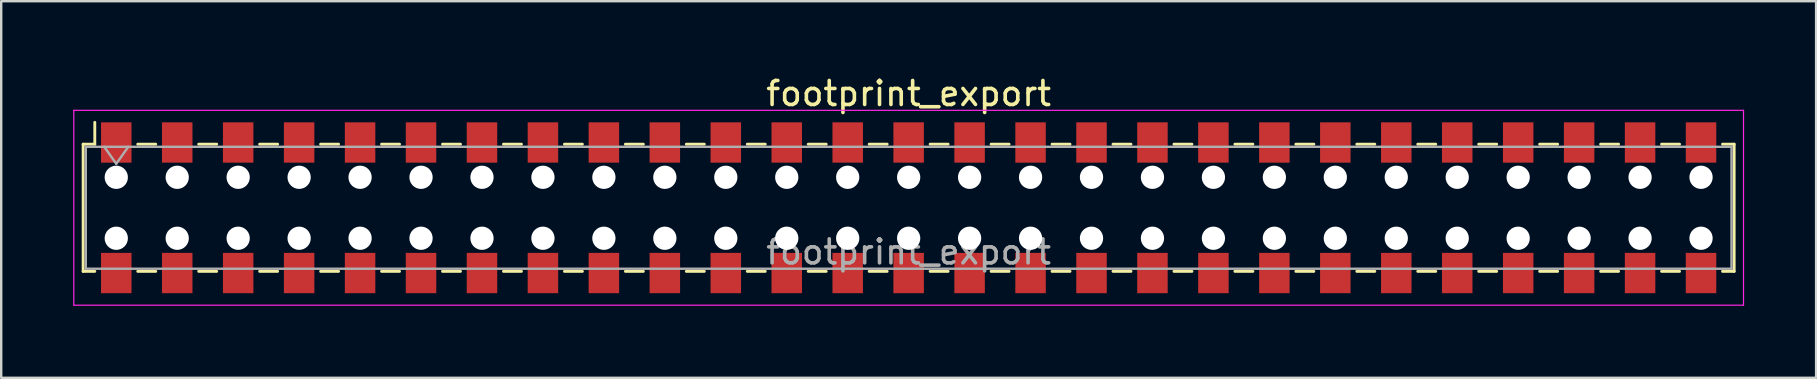
<source format=kicad_pcb>
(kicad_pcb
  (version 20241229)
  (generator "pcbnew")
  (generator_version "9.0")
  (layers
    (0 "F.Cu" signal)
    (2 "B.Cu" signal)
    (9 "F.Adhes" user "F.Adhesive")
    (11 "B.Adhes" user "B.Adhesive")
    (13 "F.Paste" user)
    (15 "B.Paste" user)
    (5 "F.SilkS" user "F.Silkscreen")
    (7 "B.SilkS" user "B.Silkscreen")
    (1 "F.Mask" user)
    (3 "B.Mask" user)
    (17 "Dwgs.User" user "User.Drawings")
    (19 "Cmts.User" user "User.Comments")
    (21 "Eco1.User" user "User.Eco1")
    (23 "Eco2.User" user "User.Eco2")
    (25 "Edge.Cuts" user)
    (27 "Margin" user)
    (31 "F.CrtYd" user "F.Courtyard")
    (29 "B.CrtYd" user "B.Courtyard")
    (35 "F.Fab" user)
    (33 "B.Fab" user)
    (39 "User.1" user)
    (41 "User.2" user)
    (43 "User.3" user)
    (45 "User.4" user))
  (footprint "footprint_export"
    (layer "F.Cu")
    (at 34.815 5.608)
    (property "Reference" "footprint_export" (at 0 -4.76 0) (layer "F.SilkS") (effects (font (size 1 1) (thickness 0.15))))
    (attr smd)
    (fp_line (start -34.4 -2.65) (end -34.4 2.65) (stroke (width 0.12) (type solid)) (layer "F.SilkS"))
    (fp_line (start -34.4 2.65) (end -33.915 2.65) (stroke (width 0.12) (type solid)) (layer "F.SilkS"))
    (fp_line (start -33.915 -3.56) (end -33.915 -2.65) (stroke (width 0.12) (type solid)) (layer "F.SilkS"))
    (fp_line (start -33.915 -2.65) (end -34.4 -2.65) (stroke (width 0.12) (type solid)) (layer "F.SilkS"))
    (fp_line (start -32.125 -2.65) (end -31.375 -2.65) (stroke (width 0.12) (type solid)) (layer "F.SilkS"))
    (fp_line (start -32.125 2.65) (end -31.375 2.65) (stroke (width 0.12) (type solid)) (layer "F.SilkS"))
    (fp_line (start -29.585 -2.65) (end -28.835 -2.65) (stroke (width 0.12) (type solid)) (layer "F.SilkS"))
    (fp_line (start -29.585 2.65) (end -28.835 2.65) (stroke (width 0.12) (type solid)) (layer "F.SilkS"))
    (fp_line (start -27.045 -2.65) (end -26.295 -2.65) (stroke (width 0.12) (type solid)) (layer "F.SilkS"))
    (fp_line (start -27.045 2.65) (end -26.295 2.65) (stroke (width 0.12) (type solid)) (layer "F.SilkS"))
    (fp_line (start -24.505 -2.65) (end -23.755 -2.65) (stroke (width 0.12) (type solid)) (layer "F.SilkS"))
    (fp_line (start -24.505 2.65) (end -23.755 2.65) (stroke (width 0.12) (type solid)) (layer "F.SilkS"))
    (fp_line (start -21.965 -2.65) (end -21.215 -2.65) (stroke (width 0.12) (type solid)) (layer "F.SilkS"))
    (fp_line (start -21.965 2.65) (end -21.215 2.65) (stroke (width 0.12) (type solid)) (layer "F.SilkS"))
    (fp_line (start -19.425 -2.65) (end -18.675 -2.65) (stroke (width 0.12) (type solid)) (layer "F.SilkS"))
    (fp_line (start -19.425 2.65) (end -18.675 2.65) (stroke (width 0.12) (type solid)) (layer "F.SilkS"))
    (fp_line (start -16.885 -2.65) (end -16.135 -2.65) (stroke (width 0.12) (type solid)) (layer "F.SilkS"))
    (fp_line (start -16.885 2.65) (end -16.135 2.65) (stroke (width 0.12) (type solid)) (layer "F.SilkS"))
    (fp_line (start -14.345 -2.65) (end -13.595 -2.65) (stroke (width 0.12) (type solid)) (layer "F.SilkS"))
    (fp_line (start -14.345 2.65) (end -13.595 2.65) (stroke (width 0.12) (type solid)) (layer "F.SilkS"))
    (fp_line (start -11.805 -2.65) (end -11.055 -2.65) (stroke (width 0.12) (type solid)) (layer "F.SilkS"))
    (fp_line (start -11.805 2.65) (end -11.055 2.65) (stroke (width 0.12) (type solid)) (layer "F.SilkS"))
    (fp_line (start -9.265 -2.65) (end -8.515 -2.65) (stroke (width 0.12) (type solid)) (layer "F.SilkS"))
    (fp_line (start -9.265 2.65) (end -8.515 2.65) (stroke (width 0.12) (type solid)) (layer "F.SilkS"))
    (fp_line (start -6.725 -2.65) (end -5.975 -2.65) (stroke (width 0.12) (type solid)) (layer "F.SilkS"))
    (fp_line (start -6.725 2.65) (end -5.975 2.65) (stroke (width 0.12) (type solid)) (layer "F.SilkS"))
    (fp_line (start -4.185 -2.65) (end -3.435 -2.65) (stroke (width 0.12) (type solid)) (layer "F.SilkS"))
    (fp_line (start -4.185 2.65) (end -3.435 2.65) (stroke (width 0.12) (type solid)) (layer "F.SilkS"))
    (fp_line (start -1.645 -2.65) (end -0.895 -2.65) (stroke (width 0.12) (type solid)) (layer "F.SilkS"))
    (fp_line (start -1.645 2.65) (end -0.895 2.65) (stroke (width 0.12) (type solid)) (layer "F.SilkS"))
    (fp_line (start 0.895 -2.65) (end 1.645 -2.65) (stroke (width 0.12) (type solid)) (layer "F.SilkS"))
    (fp_line (start 0.895 2.65) (end 1.645 2.65) (stroke (width 0.12) (type solid)) (layer "F.SilkS"))
    (fp_line (start 3.435 -2.65) (end 4.185 -2.65) (stroke (width 0.12) (type solid)) (layer "F.SilkS"))
    (fp_line (start 3.435 2.65) (end 4.185 2.65) (stroke (width 0.12) (type solid)) (layer "F.SilkS"))
    (fp_line (start 5.975 -2.65) (end 6.725 -2.65) (stroke (width 0.12) (type solid)) (layer "F.SilkS"))
    (fp_line (start 5.975 2.65) (end 6.725 2.65) (stroke (width 0.12) (type solid)) (layer "F.SilkS"))
    (fp_line (start 8.515 -2.65) (end 9.265 -2.65) (stroke (width 0.12) (type solid)) (layer "F.SilkS"))
    (fp_line (start 8.515 2.65) (end 9.265 2.65) (stroke (width 0.12) (type solid)) (layer "F.SilkS"))
    (fp_line (start 11.055 -2.65) (end 11.805 -2.65) (stroke (width 0.12) (type solid)) (layer "F.SilkS"))
    (fp_line (start 11.055 2.65) (end 11.805 2.65) (stroke (width 0.12) (type solid)) (layer "F.SilkS"))
    (fp_line (start 13.595 -2.65) (end 14.345 -2.65) (stroke (width 0.12) (type solid)) (layer "F.SilkS"))
    (fp_line (start 13.595 2.65) (end 14.345 2.65) (stroke (width 0.12) (type solid)) (layer "F.SilkS"))
    (fp_line (start 16.135 -2.65) (end 16.885 -2.65) (stroke (width 0.12) (type solid)) (layer "F.SilkS"))
    (fp_line (start 16.135 2.65) (end 16.885 2.65) (stroke (width 0.12) (type solid)) (layer "F.SilkS"))
    (fp_line (start 18.675 -2.65) (end 19.425 -2.65) (stroke (width 0.12) (type solid)) (layer "F.SilkS"))
    (fp_line (start 18.675 2.65) (end 19.425 2.65) (stroke (width 0.12) (type solid)) (layer "F.SilkS"))
    (fp_line (start 21.215 -2.65) (end 21.965 -2.65) (stroke (width 0.12) (type solid)) (layer "F.SilkS"))
    (fp_line (start 21.215 2.65) (end 21.965 2.65) (stroke (width 0.12) (type solid)) (layer "F.SilkS"))
    (fp_line (start 23.755 -2.65) (end 24.505 -2.65) (stroke (width 0.12) (type solid)) (layer "F.SilkS"))
    (fp_line (start 23.755 2.65) (end 24.505 2.65) (stroke (width 0.12) (type solid)) (layer "F.SilkS"))
    (fp_line (start 26.295 -2.65) (end 27.045 -2.65) (stroke (width 0.12) (type solid)) (layer "F.SilkS"))
    (fp_line (start 26.295 2.65) (end 27.045 2.65) (stroke (width 0.12) (type solid)) (layer "F.SilkS"))
    (fp_line (start 28.835 -2.65) (end 29.585 -2.65) (stroke (width 0.12) (type solid)) (layer "F.SilkS"))
    (fp_line (start 28.835 2.65) (end 29.585 2.65) (stroke (width 0.12) (type solid)) (layer "F.SilkS"))
    (fp_line (start 31.375 -2.65) (end 32.125 -2.65) (stroke (width 0.12) (type solid)) (layer "F.SilkS"))
    (fp_line (start 31.375 2.65) (end 32.125 2.65) (stroke (width 0.12) (type solid)) (layer "F.SilkS"))
    (fp_line (start 33.915 -2.65) (end 34.4 -2.65) (stroke (width 0.12) (type solid)) (layer "F.SilkS"))
    (fp_line (start 34.4 -2.65) (end 34.4 2.65) (stroke (width 0.12) (type solid)) (layer "F.SilkS"))
    (fp_line (start 34.4 2.65) (end 33.915 2.65) (stroke (width 0.12) (type solid)) (layer "F.SilkS"))
    (fp_line (start -34.79 -4.06) (end 34.79 -4.06) (stroke (width 0.05) (type solid)) (layer "F.CrtYd"))
    (fp_line (start -34.79 4.06) (end -34.79 -4.06) (stroke (width 0.05) (type solid)) (layer "F.CrtYd"))
    (fp_line (start 34.79 -4.06) (end 34.79 4.06) (stroke (width 0.05) (type solid)) (layer "F.CrtYd"))
    (fp_line (start 34.79 4.06) (end -34.79 4.06) (stroke (width 0.05) (type solid)) (layer "F.CrtYd"))
    (fp_line (start -34.29 -2.54) (end 34.29 -2.54) (stroke (width 0.1) (type solid)) (layer "F.Fab"))
    (fp_line (start -34.29 2.54) (end -34.29 -2.54) (stroke (width 0.1) (type solid)) (layer "F.Fab"))
    (fp_line (start -33.52 -2.54) (end -33.02 -1.833) (stroke (width 0.1) (type solid)) (layer "F.Fab"))
    (fp_line (start -33.02 -1.833) (end -32.52 -2.54) (stroke (width 0.1) (type solid)) (layer "F.Fab"))
    (fp_line (start 34.29 -2.54) (end 34.29 2.54) (stroke (width 0.1) (type solid)) (layer "F.Fab"))
    (fp_line (start 34.29 2.54) (end -34.29 2.54) (stroke (width 0.1) (type solid)) (layer "F.Fab"))
    (fp_text user "${REFERENCE}" (at 0 1.84 0) (layer "F.Fab") (effects (font (size 1 1) (thickness 0.15))))
    (pad "" np_thru_hole circle (at -33.02 -1.27) (size 0.97 0.97) (drill 0.97) (layers "*.Cu" "*.Mask"))
    (pad "" np_thru_hole circle (at -33.02 1.27) (size 0.97 0.97) (drill 0.97) (layers "*.Cu" "*.Mask"))
    (pad "" np_thru_hole circle (at -30.48 -1.27) (size 0.97 0.97) (drill 0.97) (layers "*.Cu" "*.Mask"))
    (pad "" np_thru_hole circle (at -30.48 1.27) (size 0.97 0.97) (drill 0.97) (layers "*.Cu" "*.Mask"))
    (pad "" np_thru_hole circle (at -27.94 -1.27) (size 0.97 0.97) (drill 0.97) (layers "*.Cu" "*.Mask"))
    (pad "" np_thru_hole circle (at -27.94 1.27) (size 0.97 0.97) (drill 0.97) (layers "*.Cu" "*.Mask"))
    (pad "" np_thru_hole circle (at -25.4 -1.27) (size 0.97 0.97) (drill 0.97) (layers "*.Cu" "*.Mask"))
    (pad "" np_thru_hole circle (at -25.4 1.27) (size 0.97 0.97) (drill 0.97) (layers "*.Cu" "*.Mask"))
    (pad "" np_thru_hole circle (at -22.86 -1.27) (size 0.97 0.97) (drill 0.97) (layers "*.Cu" "*.Mask"))
    (pad "" np_thru_hole circle (at -22.86 1.27) (size 0.97 0.97) (drill 0.97) (layers "*.Cu" "*.Mask"))
    (pad "" np_thru_hole circle (at -20.32 -1.27) (size 0.97 0.97) (drill 0.97) (layers "*.Cu" "*.Mask"))
    (pad "" np_thru_hole circle (at -20.32 1.27) (size 0.97 0.97) (drill 0.97) (layers "*.Cu" "*.Mask"))
    (pad "" np_thru_hole circle (at -17.78 -1.27) (size 0.97 0.97) (drill 0.97) (layers "*.Cu" "*.Mask"))
    (pad "" np_thru_hole circle (at -17.78 1.27) (size 0.97 0.97) (drill 0.97) (layers "*.Cu" "*.Mask"))
    (pad "" np_thru_hole circle (at -15.24 -1.27) (size 0.97 0.97) (drill 0.97) (layers "*.Cu" "*.Mask"))
    (pad "" np_thru_hole circle (at -15.24 1.27) (size 0.97 0.97) (drill 0.97) (layers "*.Cu" "*.Mask"))
    (pad "" np_thru_hole circle (at -12.7 -1.27) (size 0.97 0.97) (drill 0.97) (layers "*.Cu" "*.Mask"))
    (pad "" np_thru_hole circle (at -12.7 1.27) (size 0.97 0.97) (drill 0.97) (layers "*.Cu" "*.Mask"))
    (pad "" np_thru_hole circle (at -10.16 -1.27) (size 0.97 0.97) (drill 0.97) (layers "*.Cu" "*.Mask"))
    (pad "" np_thru_hole circle (at -10.16 1.27) (size 0.97 0.97) (drill 0.97) (layers "*.Cu" "*.Mask"))
    (pad "" np_thru_hole circle (at -7.62 -1.27) (size 0.97 0.97) (drill 0.97) (layers "*.Cu" "*.Mask"))
    (pad "" np_thru_hole circle (at -7.62 1.27) (size 0.97 0.97) (drill 0.97) (layers "*.Cu" "*.Mask"))
    (pad "" np_thru_hole circle (at -5.08 -1.27) (size 0.97 0.97) (drill 0.97) (layers "*.Cu" "*.Mask"))
    (pad "" np_thru_hole circle (at -5.08 1.27) (size 0.97 0.97) (drill 0.97) (layers "*.Cu" "*.Mask"))
    (pad "" np_thru_hole circle (at -2.54 -1.27) (size 0.97 0.97) (drill 0.97) (layers "*.Cu" "*.Mask"))
    (pad "" np_thru_hole circle (at -2.54 1.27) (size 0.97 0.97) (drill 0.97) (layers "*.Cu" "*.Mask"))
    (pad "" np_thru_hole circle (at 0 -1.27) (size 0.97 0.97) (drill 0.97) (layers "*.Cu" "*.Mask"))
    (pad "" np_thru_hole circle (at 0 1.27) (size 0.97 0.97) (drill 0.97) (layers "*.Cu" "*.Mask"))
    (pad "" np_thru_hole circle (at 2.54 -1.27) (size 0.97 0.97) (drill 0.97) (layers "*.Cu" "*.Mask"))
    (pad "" np_thru_hole circle (at 2.54 1.27) (size 0.97 0.97) (drill 0.97) (layers "*.Cu" "*.Mask"))
    (pad "" np_thru_hole circle (at 5.08 -1.27) (size 0.97 0.97) (drill 0.97) (layers "*.Cu" "*.Mask"))
    (pad "" np_thru_hole circle (at 5.08 1.27) (size 0.97 0.97) (drill 0.97) (layers "*.Cu" "*.Mask"))
    (pad "" np_thru_hole circle (at 7.62 -1.27) (size 0.97 0.97) (drill 0.97) (layers "*.Cu" "*.Mask"))
    (pad "" np_thru_hole circle (at 7.62 1.27) (size 0.97 0.97) (drill 0.97) (layers "*.Cu" "*.Mask"))
    (pad "" np_thru_hole circle (at 10.16 -1.27) (size 0.97 0.97) (drill 0.97) (layers "*.Cu" "*.Mask"))
    (pad "" np_thru_hole circle (at 10.16 1.27) (size 0.97 0.97) (drill 0.97) (layers "*.Cu" "*.Mask"))
    (pad "" np_thru_hole circle (at 12.7 -1.27) (size 0.97 0.97) (drill 0.97) (layers "*.Cu" "*.Mask"))
    (pad "" np_thru_hole circle (at 12.7 1.27) (size 0.97 0.97) (drill 0.97) (layers "*.Cu" "*.Mask"))
    (pad "" np_thru_hole circle (at 15.24 -1.27) (size 0.97 0.97) (drill 0.97) (layers "*.Cu" "*.Mask"))
    (pad "" np_thru_hole circle (at 15.24 1.27) (size 0.97 0.97) (drill 0.97) (layers "*.Cu" "*.Mask"))
    (pad "" np_thru_hole circle (at 17.78 -1.27) (size 0.97 0.97) (drill 0.97) (layers "*.Cu" "*.Mask"))
    (pad "" np_thru_hole circle (at 17.78 1.27) (size 0.97 0.97) (drill 0.97) (layers "*.Cu" "*.Mask"))
    (pad "" np_thru_hole circle (at 20.32 -1.27) (size 0.97 0.97) (drill 0.97) (layers "*.Cu" "*.Mask"))
    (pad "" np_thru_hole circle (at 20.32 1.27) (size 0.97 0.97) (drill 0.97) (layers "*.Cu" "*.Mask"))
    (pad "" np_thru_hole circle (at 22.86 -1.27) (size 0.97 0.97) (drill 0.97) (layers "*.Cu" "*.Mask"))
    (pad "" np_thru_hole circle (at 22.86 1.27) (size 0.97 0.97) (drill 0.97) (layers "*.Cu" "*.Mask"))
    (pad "" np_thru_hole circle (at 25.4 -1.27) (size 0.97 0.97) (drill 0.97) (layers "*.Cu" "*.Mask"))
    (pad "" np_thru_hole circle (at 25.4 1.27) (size 0.97 0.97) (drill 0.97) (layers "*.Cu" "*.Mask"))
    (pad "" np_thru_hole circle (at 27.94 -1.27) (size 0.97 0.97) (drill 0.97) (layers "*.Cu" "*.Mask"))
    (pad "" np_thru_hole circle (at 27.94 1.27) (size 0.97 0.97) (drill 0.97) (layers "*.Cu" "*.Mask"))
    (pad "" np_thru_hole circle (at 30.48 -1.27) (size 0.97 0.97) (drill 0.97) (layers "*.Cu" "*.Mask"))
    (pad "" np_thru_hole circle (at 30.48 1.27) (size 0.97 0.97) (drill 0.97) (layers "*.Cu" "*.Mask"))
    (pad "" np_thru_hole circle (at 33.02 -1.27) (size 0.97 0.97) (drill 0.97) (layers "*.Cu" "*.Mask"))
    (pad "" np_thru_hole circle (at 33.02 1.27) (size 0.97 0.97) (drill 0.97) (layers "*.Cu" "*.Mask"))
    (pad "1" smd rect (at -33.02 -2.72) (size 1.27 1.68) (layers "F.Cu" "F.Mask" "F.Paste"))
    (pad "2" smd rect (at -33.02 2.72) (size 1.27 1.68) (layers "F.Cu" "F.Mask" "F.Paste"))
    (pad "3" smd rect (at -30.48 -2.72) (size 1.27 1.68) (layers "F.Cu" "F.Mask" "F.Paste"))
    (pad "4" smd rect (at -30.48 2.72) (size 1.27 1.68) (layers "F.Cu" "F.Mask" "F.Paste"))
    (pad "5" smd rect (at -27.94 -2.72) (size 1.27 1.68) (layers "F.Cu" "F.Mask" "F.Paste"))
    (pad "6" smd rect (at -27.94 2.72) (size 1.27 1.68) (layers "F.Cu" "F.Mask" "F.Paste"))
    (pad "7" smd rect (at -25.4 -2.72) (size 1.27 1.68) (layers "F.Cu" "F.Mask" "F.Paste"))
    (pad "8" smd rect (at -25.4 2.72) (size 1.27 1.68) (layers "F.Cu" "F.Mask" "F.Paste"))
    (pad "9" smd rect (at -22.86 -2.72) (size 1.27 1.68) (layers "F.Cu" "F.Mask" "F.Paste"))
    (pad "10" smd rect (at -22.86 2.72) (size 1.27 1.68) (layers "F.Cu" "F.Mask" "F.Paste"))
    (pad "11" smd rect (at -20.32 -2.72) (size 1.27 1.68) (layers "F.Cu" "F.Mask" "F.Paste"))
    (pad "12" smd rect (at -20.32 2.72) (size 1.27 1.68) (layers "F.Cu" "F.Mask" "F.Paste"))
    (pad "13" smd rect (at -17.78 -2.72) (size 1.27 1.68) (layers "F.Cu" "F.Mask" "F.Paste"))
    (pad "14" smd rect (at -17.78 2.72) (size 1.27 1.68) (layers "F.Cu" "F.Mask" "F.Paste"))
    (pad "15" smd rect (at -15.24 -2.72) (size 1.27 1.68) (layers "F.Cu" "F.Mask" "F.Paste"))
    (pad "16" smd rect (at -15.24 2.72) (size 1.27 1.68) (layers "F.Cu" "F.Mask" "F.Paste"))
    (pad "17" smd rect (at -12.7 -2.72) (size 1.27 1.68) (layers "F.Cu" "F.Mask" "F.Paste"))
    (pad "18" smd rect (at -12.7 2.72) (size 1.27 1.68) (layers "F.Cu" "F.Mask" "F.Paste"))
    (pad "19" smd rect (at -10.16 -2.72) (size 1.27 1.68) (layers "F.Cu" "F.Mask" "F.Paste"))
    (pad "20" smd rect (at -10.16 2.72) (size 1.27 1.68) (layers "F.Cu" "F.Mask" "F.Paste"))
    (pad "21" smd rect (at -7.62 -2.72) (size 1.27 1.68) (layers "F.Cu" "F.Mask" "F.Paste"))
    (pad "22" smd rect (at -7.62 2.72) (size 1.27 1.68) (layers "F.Cu" "F.Mask" "F.Paste"))
    (pad "23" smd rect (at -5.08 -2.72) (size 1.27 1.68) (layers "F.Cu" "F.Mask" "F.Paste"))
    (pad "24" smd rect (at -5.08 2.72) (size 1.27 1.68) (layers "F.Cu" "F.Mask" "F.Paste"))
    (pad "25" smd rect (at -2.54 -2.72) (size 1.27 1.68) (layers "F.Cu" "F.Mask" "F.Paste"))
    (pad "26" smd rect (at -2.54 2.72) (size 1.27 1.68) (layers "F.Cu" "F.Mask" "F.Paste"))
    (pad "27" smd rect (at 0 -2.72) (size 1.27 1.68) (layers "F.Cu" "F.Mask" "F.Paste"))
    (pad "28" smd rect (at 0 2.72) (size 1.27 1.68) (layers "F.Cu" "F.Mask" "F.Paste"))
    (pad "29" smd rect (at 2.54 -2.72) (size 1.27 1.68) (layers "F.Cu" "F.Mask" "F.Paste"))
    (pad "30" smd rect (at 2.54 2.72) (size 1.27 1.68) (layers "F.Cu" "F.Mask" "F.Paste"))
    (pad "31" smd rect (at 5.08 -2.72) (size 1.27 1.68) (layers "F.Cu" "F.Mask" "F.Paste"))
    (pad "32" smd rect (at 5.08 2.72) (size 1.27 1.68) (layers "F.Cu" "F.Mask" "F.Paste"))
    (pad "33" smd rect (at 7.62 -2.72) (size 1.27 1.68) (layers "F.Cu" "F.Mask" "F.Paste"))
    (pad "34" smd rect (at 7.62 2.72) (size 1.27 1.68) (layers "F.Cu" "F.Mask" "F.Paste"))
    (pad "35" smd rect (at 10.16 -2.72) (size 1.27 1.68) (layers "F.Cu" "F.Mask" "F.Paste"))
    (pad "36" smd rect (at 10.16 2.72) (size 1.27 1.68) (layers "F.Cu" "F.Mask" "F.Paste"))
    (pad "37" smd rect (at 12.7 -2.72) (size 1.27 1.68) (layers "F.Cu" "F.Mask" "F.Paste"))
    (pad "38" smd rect (at 12.7 2.72) (size 1.27 1.68) (layers "F.Cu" "F.Mask" "F.Paste"))
    (pad "39" smd rect (at 15.24 -2.72) (size 1.27 1.68) (layers "F.Cu" "F.Mask" "F.Paste"))
    (pad "40" smd rect (at 15.24 2.72) (size 1.27 1.68) (layers "F.Cu" "F.Mask" "F.Paste"))
    (pad "41" smd rect (at 17.78 -2.72) (size 1.27 1.68) (layers "F.Cu" "F.Mask" "F.Paste"))
    (pad "42" smd rect (at 17.78 2.72) (size 1.27 1.68) (layers "F.Cu" "F.Mask" "F.Paste"))
    (pad "43" smd rect (at 20.32 -2.72) (size 1.27 1.68) (layers "F.Cu" "F.Mask" "F.Paste"))
    (pad "44" smd rect (at 20.32 2.72) (size 1.27 1.68) (layers "F.Cu" "F.Mask" "F.Paste"))
    (pad "45" smd rect (at 22.86 -2.72) (size 1.27 1.68) (layers "F.Cu" "F.Mask" "F.Paste"))
    (pad "46" smd rect (at 22.86 2.72) (size 1.27 1.68) (layers "F.Cu" "F.Mask" "F.Paste"))
    (pad "47" smd rect (at 25.4 -2.72) (size 1.27 1.68) (layers "F.Cu" "F.Mask" "F.Paste"))
    (pad "48" smd rect (at 25.4 2.72) (size 1.27 1.68) (layers "F.Cu" "F.Mask" "F.Paste"))
    (pad "49" smd rect (at 27.94 -2.72) (size 1.27 1.68) (layers "F.Cu" "F.Mask" "F.Paste"))
    (pad "50" smd rect (at 27.94 2.72) (size 1.27 1.68) (layers "F.Cu" "F.Mask" "F.Paste"))
    (pad "51" smd rect (at 30.48 -2.72) (size 1.27 1.68) (layers "F.Cu" "F.Mask" "F.Paste"))
    (pad "52" smd rect (at 30.48 2.72) (size 1.27 1.68) (layers "F.Cu" "F.Mask" "F.Paste"))
    (pad "53" smd rect (at 33.02 -2.72) (size 1.27 1.68) (layers "F.Cu" "F.Mask" "F.Paste"))
    (pad "54" smd rect (at 33.02 2.72) (size 1.27 1.68) (layers "F.Cu" "F.Mask" "F.Paste")))
  (gr_rect
    (start -3 -3)
    (end 72.63 12.693)
    (stroke (width 0.1) (type default))
    (fill no)
    (layer "Edge.Cuts")))
</source>
